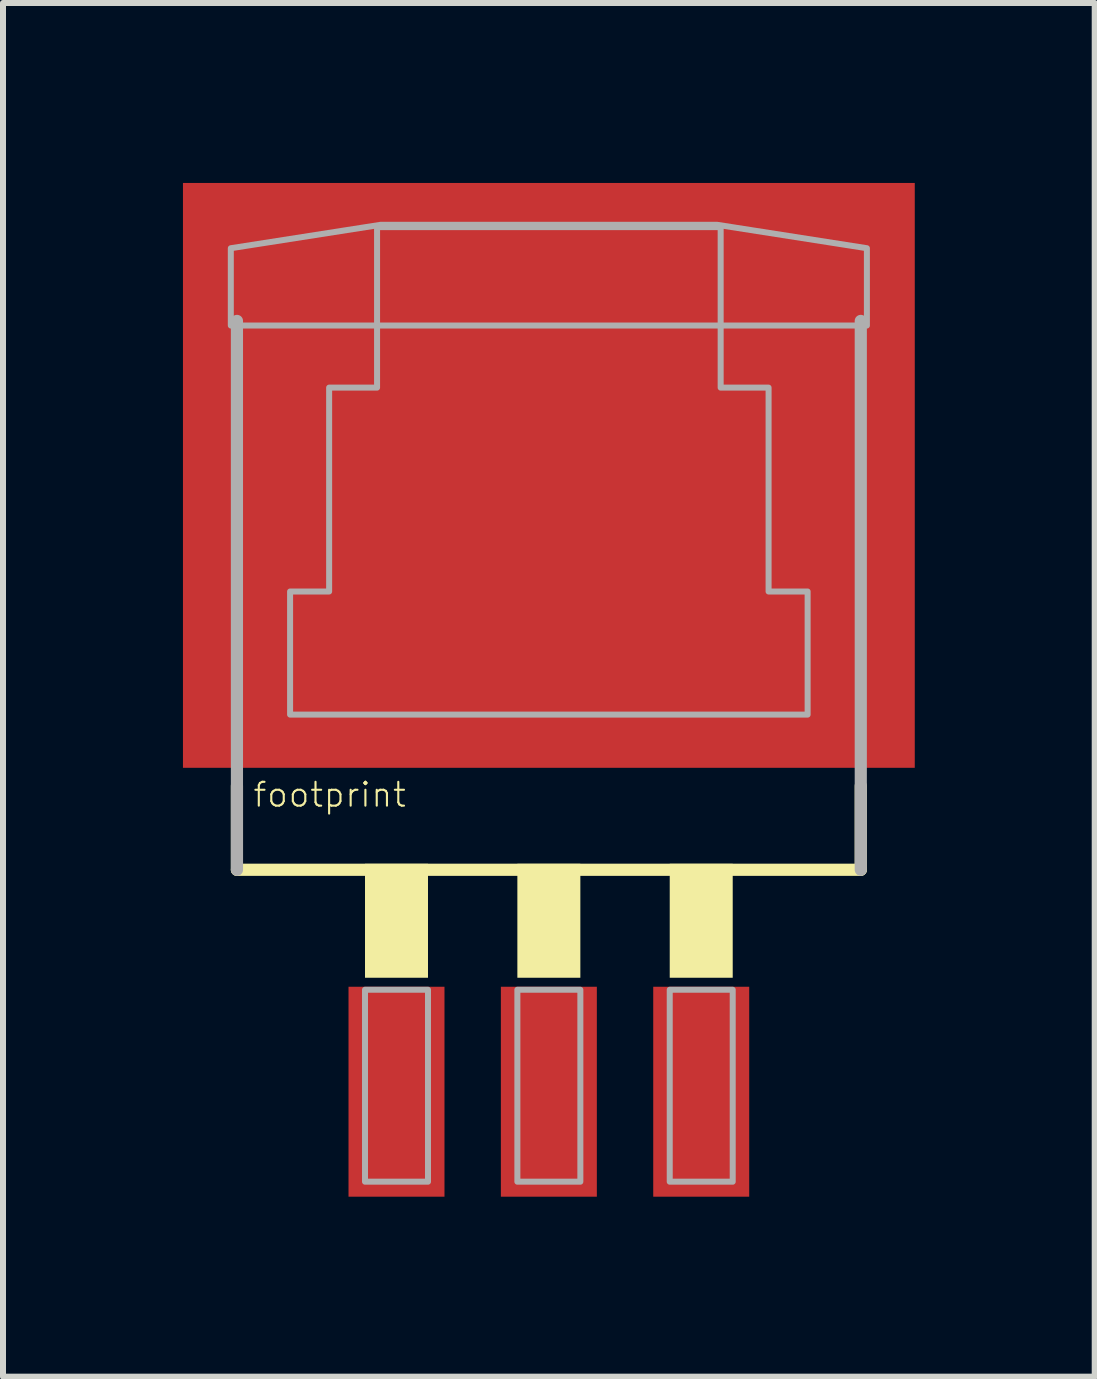
<source format=kicad_pcb>
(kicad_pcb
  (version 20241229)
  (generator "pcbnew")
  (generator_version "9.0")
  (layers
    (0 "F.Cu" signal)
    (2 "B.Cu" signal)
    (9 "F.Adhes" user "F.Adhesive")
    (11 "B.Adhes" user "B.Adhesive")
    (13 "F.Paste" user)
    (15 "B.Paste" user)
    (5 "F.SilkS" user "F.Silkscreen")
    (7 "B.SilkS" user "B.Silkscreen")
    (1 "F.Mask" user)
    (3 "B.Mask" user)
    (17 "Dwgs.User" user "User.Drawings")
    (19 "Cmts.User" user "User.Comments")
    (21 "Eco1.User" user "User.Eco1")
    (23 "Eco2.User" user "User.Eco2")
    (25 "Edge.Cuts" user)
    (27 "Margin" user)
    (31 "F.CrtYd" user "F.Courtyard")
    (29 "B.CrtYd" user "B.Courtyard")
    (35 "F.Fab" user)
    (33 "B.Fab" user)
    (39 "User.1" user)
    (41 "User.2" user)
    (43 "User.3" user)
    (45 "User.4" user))
  (footprint "footprint"
    (layer "F.Cu")
    (at 6.1 6.875)
    (property "Reference" "footprint" (at -4.953 3.556 0) (layer "F.SilkS") (effects (font (size 0.397 0.397) (thickness 0.035)) (justify left bottom)))
    (fp_line (start -5.2 4.575) (end -5.2 3.175) (stroke (width 0.203) (type solid)) (layer "F.SilkS"))
    (fp_line (start 5.2 4.575) (end -5.2 4.575) (stroke (width 0.203) (type solid)) (layer "F.SilkS"))
    (fp_line (start 5.2 4.575) (end 5.2 3.175) (stroke (width 0.203) (type solid)) (layer "F.SilkS"))
    (fp_poly (pts (xy -3.065 6.375) (xy -2.015 6.375) (xy -2.015 4.475) (xy -3.065 4.475)) (stroke (width 0) (type solid)) (fill yes) (layer "F.SilkS"))
    (fp_poly (pts (xy -0.525 6.375) (xy 0.525 6.375) (xy 0.525 4.475) (xy -0.525 4.475)) (stroke (width 0) (type solid)) (fill yes) (layer "F.SilkS"))
    (fp_poly (pts (xy 2.015 6.375) (xy 3.065 6.375) (xy 3.065 4.475) (xy 2.015 4.475)) (stroke (width 0) (type solid)) (fill yes) (layer "F.SilkS"))
    (fp_line (start -5.2 4.575) (end -5.2 -4.575) (stroke (width 0.203) (type solid)) (layer "F.Fab"))
    (fp_line (start 5.2 -4.575) (end 5.2 4.575) (stroke (width 0.203) (type solid)) (layer "F.Fab"))
    (fp_poly (pts (xy -3.065 9.775) (xy -2.015 9.775) (xy -2.015 6.575) (xy -3.065 6.575)) (stroke (width 0.1) (type solid)) (fill no) (layer "F.Fab"))
    (fp_poly (pts (xy -0.525 9.775) (xy 0.525 9.775) (xy 0.525 6.575) (xy -0.525 6.575)) (stroke (width 0.1) (type solid)) (fill no) (layer "F.Fab"))
    (fp_poly (pts (xy 2.015 9.775) (xy 3.065 9.775) (xy 3.065 6.575) (xy 2.015 6.575)) (stroke (width 0.1) (type solid)) (fill no) (layer "F.Fab"))
    (fp_poly (pts (xy 5.302 -5.787) (xy 5.302 -4.498) (xy -5.302 -4.498) (xy -5.302 -5.787) (xy -2.808 -6.177) (xy 2.808 -6.177)) (stroke (width 0.1) (type solid)) (fill no) (layer "F.Fab"))
    (fp_poly (pts (xy 2.864 -3.463) (xy 3.663 -3.463) (xy 3.663 -0.064) (xy 4.314 -0.064) (xy 4.314 1.988) (xy -4.314 1.988) (xy -4.314 -0.064) (xy -3.663 -0.064) (xy -3.663 -3.463) (xy -2.864 -3.463) (xy -2.864 -6.138) (xy 2.864 -6.138)) (stroke (width 0.1) (type solid)) (fill no) (layer "F.Fab"))
    (pad "1" smd rect (at -2.54 8.275) (size 1.6 3.5) (layers "F.Cu" "F.Mask" "F.Paste"))
    (pad "2" smd rect (at 0 8.275) (size 1.6 3.5) (layers "F.Cu" "F.Mask" "F.Paste"))
    (pad "3" smd rect (at 2.54 8.275) (size 1.6 3.5) (layers "F.Cu" "F.Mask" "F.Paste"))
    (pad "TAB" smd rect (at 0 -2) (size 12.2 9.75) (layers "F.Cu" "F.Mask" "F.Paste")))
  (gr_rect
    (start -3 -3)
    (end 15.2 19.9)
    (stroke (width 0.1) (type default))
    (fill no)
    (layer "Edge.Cuts")))
</source>
